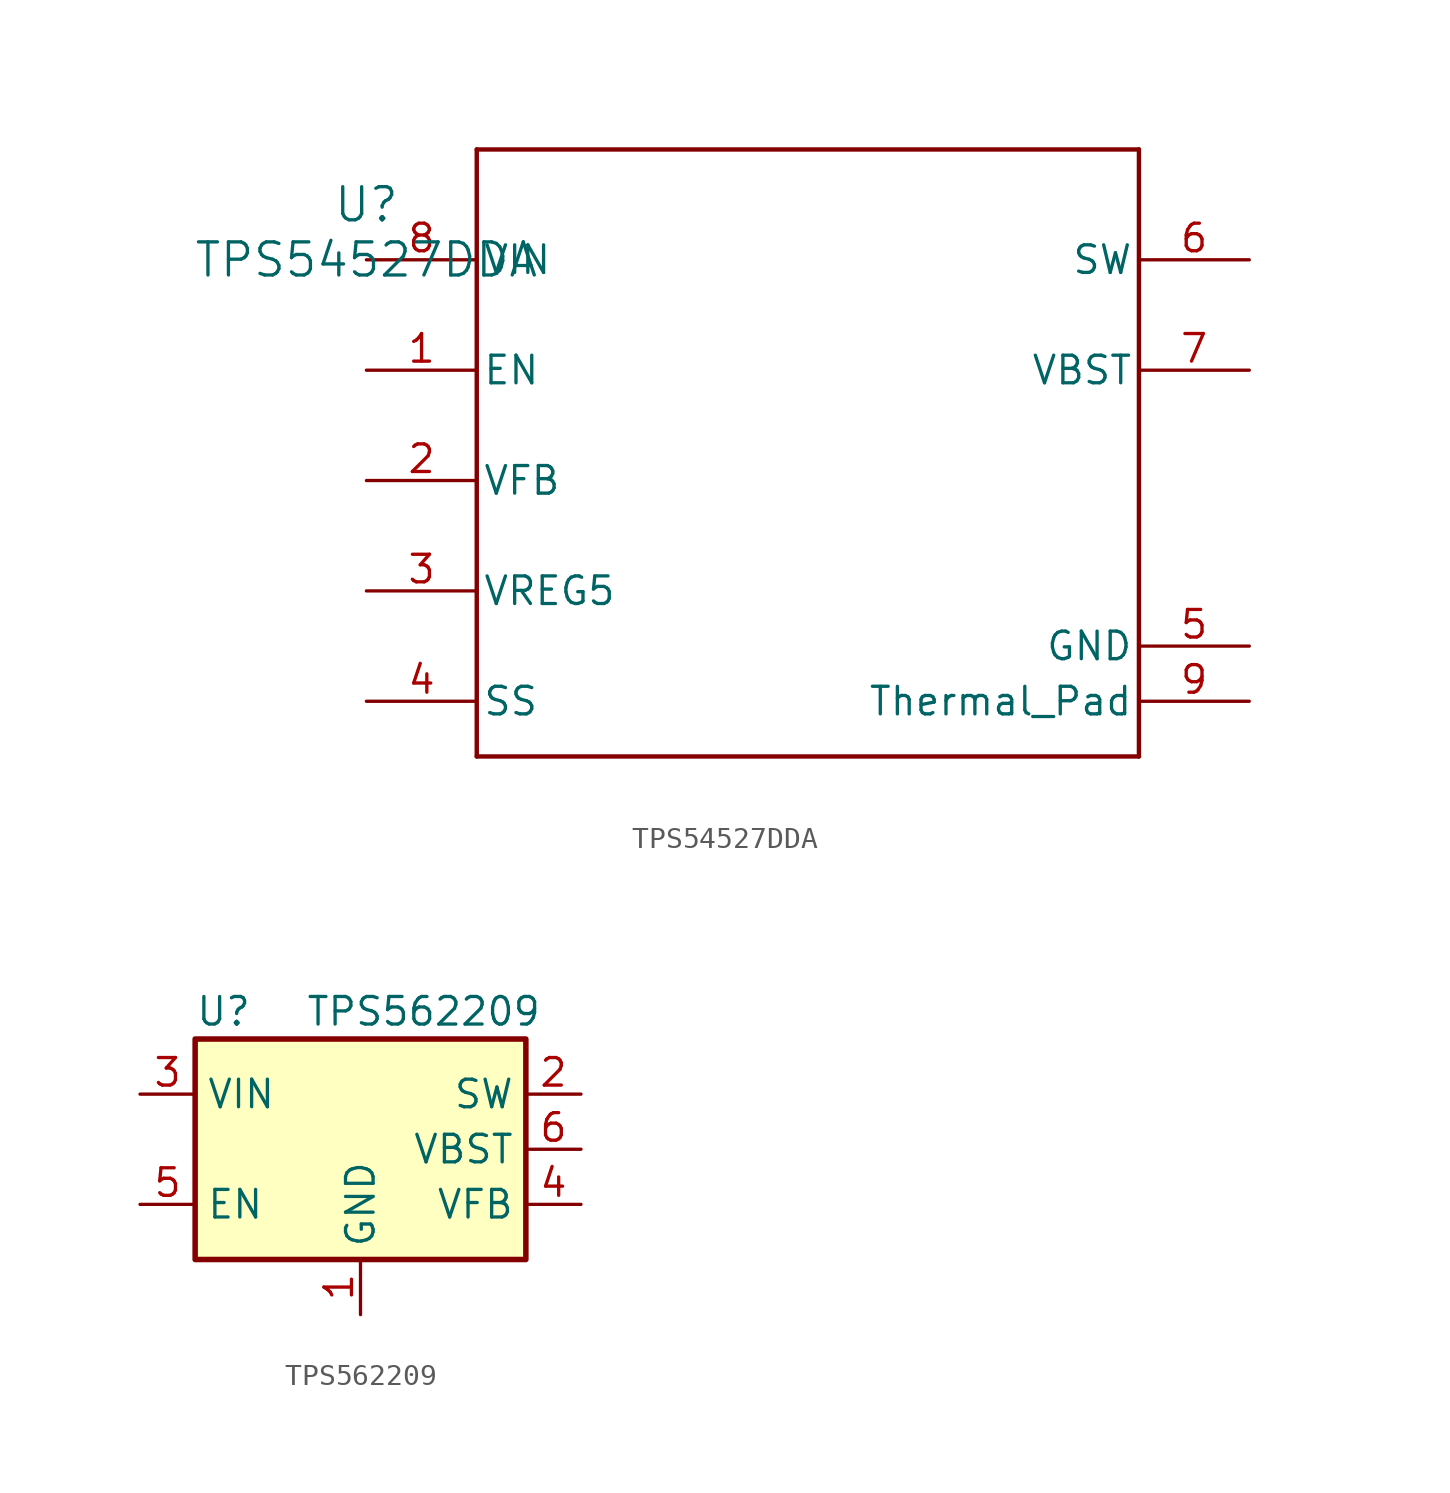
<source format=kicad_sym>
(kicad_symbol_lib
  (version 20241209)
  (generator "kicad_symbol_editor")
  (generator_version "9.0")
  (symbol "TPS54527DDA"
    (pin_names
      (offset 0.254))
    (property "Reference" "U"
      (at 0 2.54 0)
      (effects (font (size 1.524 1.524))))
    (property "Value" "TPS54527DDA"
      (at 0 0 0)
      (effects (font (size 1.524 1.524))))
    (property "ki_locked" ""
      (at 0 0 0)
      (effects (font (size 1.27 1.27))))
    (symbol "TPS54527DDA_0_1"
      (polyline (pts (xy 5.08 5.08) (xy 5.08 -22.86)) (stroke (width 0.203) (type default)) (fill (type none)))
      (polyline (pts (xy 5.08 -22.86) (xy 35.56 -22.86)) (stroke (width 0.203) (type default)) (fill (type none)))
      (polyline (pts (xy 35.56 5.08) (xy 5.08 5.08)) (stroke (width 0.203) (type default)) (fill (type none)))
      (polyline (pts (xy 35.56 -22.86) (xy 35.56 5.08)) (stroke (width 0.203) (type default)) (fill (type none)))
      (pin power_in line (at 0 0 0) (length 5.08) (name "VIN" (effects (font (size 1.27 1.27)))) (number "8" (effects (font (size 1.27 1.27)))))
      (pin input line (at 0 -5.08 0) (length 5.08) (name "EN" (effects (font (size 1.27 1.27)))) (number "1" (effects (font (size 1.27 1.27)))))
      (pin input line (at 0 -10.16 0) (length 5.08) (name "VFB" (effects (font (size 1.27 1.27)))) (number "2" (effects (font (size 1.27 1.27)))))
      (pin output line (at 0 -15.24 0) (length 5.08) (name "VREG5" (effects (font (size 1.27 1.27)))) (number "3" (effects (font (size 1.27 1.27)))))
      (pin input line (at 0 -20.32 0) (length 5.08) (name "SS" (effects (font (size 1.27 1.27)))) (number "4" (effects (font (size 1.27 1.27)))))
      (pin output line (at 40.64 0 180) (length 5.08) (name "SW" (effects (font (size 1.27 1.27)))) (number "6" (effects (font (size 1.27 1.27)))))
      (pin output line (at 40.64 -5.08 180) (length 5.08) (name "VBST" (effects (font (size 1.27 1.27)))) (number "7" (effects (font (size 1.27 1.27)))))
      (pin power_in line (at 40.64 -17.78 180) (length 5.08) (name "GND" (effects (font (size 1.27 1.27)))) (number "5" (effects (font (size 1.27 1.27)))))
      (pin power_in line (at 40.64 -20.32 180) (length 5.08) (name "Thermal_Pad" (effects (font (size 1.27 1.27)))) (number "9" (effects (font (size 1.27 1.27)))))))
  (symbol "TPS562209"
    (property "Reference" "U"
      (at -7.62 6.35 0)
      (effects (font (size 1.27 1.27)) (justify left)))
    (property "Value" "TPS562209"
      (at -2.54 6.35 0)
      (effects (font (size 1.27 1.27)) (justify left)))
    (symbol "TPS562209_0_1"
      (rectangle (start -7.62 5.08) (end 7.62 -5.08) (stroke (width 0.254) (type default)) (fill (type background))))
    (symbol "TPS562209_1_1"
      (pin power_in line (at -10.16 2.54 0) (length 2.54) (name "VIN" (effects (font (size 1.27 1.27)))) (number "3" (effects (font (size 1.27 1.27)))))
      (pin input line (at -10.16 -2.54 0) (length 2.54) (name "EN" (effects (font (size 1.27 1.27)))) (number "5" (effects (font (size 1.27 1.27)))))
      (pin power_in line (at 0 -7.62 90) (length 2.54) (name "GND" (effects (font (size 1.27 1.27)))) (number "1" (effects (font (size 1.27 1.27)))))
      (pin output line (at 10.16 2.54 180) (length 2.54) (name "SW" (effects (font (size 1.27 1.27)))) (number "2" (effects (font (size 1.27 1.27)))))
      (pin passive line (at 10.16 0 180) (length 2.54) (name "VBST" (effects (font (size 1.27 1.27)))) (number "6" (effects (font (size 1.27 1.27)))))
      (pin input line (at 10.16 -2.54 180) (length 2.54) (name "VFB" (effects (font (size 1.27 1.27)))) (number "4" (effects (font (size 1.27 1.27))))))))
</source>
